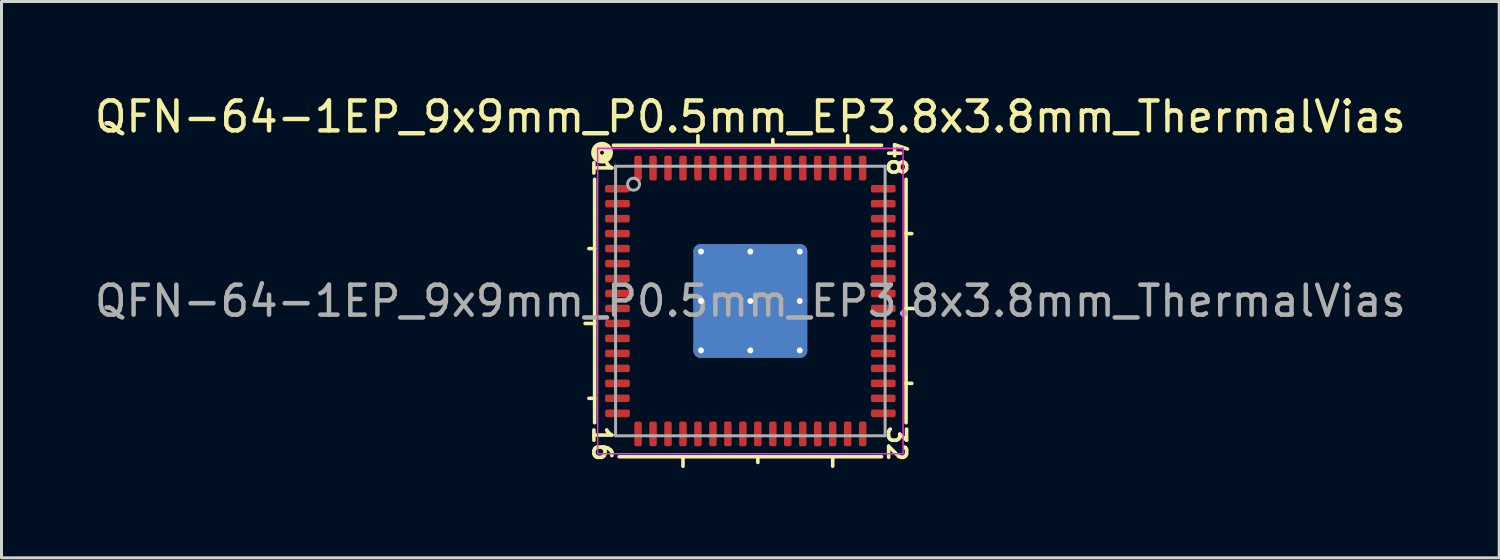
<source format=kicad_pcb>
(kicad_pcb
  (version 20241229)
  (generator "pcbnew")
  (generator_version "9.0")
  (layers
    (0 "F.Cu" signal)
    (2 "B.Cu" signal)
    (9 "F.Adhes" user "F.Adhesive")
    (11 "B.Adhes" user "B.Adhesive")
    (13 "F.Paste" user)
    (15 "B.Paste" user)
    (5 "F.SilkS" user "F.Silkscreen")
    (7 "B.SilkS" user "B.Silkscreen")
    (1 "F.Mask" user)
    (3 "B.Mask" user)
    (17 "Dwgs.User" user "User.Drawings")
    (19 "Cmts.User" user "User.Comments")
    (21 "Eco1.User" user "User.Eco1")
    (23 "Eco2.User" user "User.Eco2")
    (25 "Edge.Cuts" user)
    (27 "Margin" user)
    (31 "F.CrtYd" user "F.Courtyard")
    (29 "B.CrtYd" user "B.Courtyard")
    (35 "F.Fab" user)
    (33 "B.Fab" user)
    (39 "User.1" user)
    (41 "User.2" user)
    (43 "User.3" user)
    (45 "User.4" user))
  (footprint "QFN-64-1EP_9x9mm_P0.5mm_EP3.8x3.8mm_ThermalVias"
    (layer "F.Cu")
    (at 22.006 7.001)
    (property "Reference" "QFN-64-1EP_9x9mm_P0.5mm_EP3.8x3.8mm_ThermalVias" (at 0 -6.152 0) (layer "F.SilkS") (effects (font (size 1 1) (thickness 0.15))))
    (attr smd)
    (fp_line (start -5.2 -4.064) (end -5.2 4.064) (stroke (width 0.12) (type solid)) (layer "F.SilkS"))
    (fp_line (start -5.2 -1.75) (end -5.391 -1.75) (stroke (width 0.12) (type solid)) (layer "F.SilkS"))
    (fp_line (start -5.2 0.75) (end -5.518 0.75) (stroke (width 0.12) (type solid)) (layer "F.SilkS"))
    (fp_line (start -5.2 3.25) (end -5.391 3.25) (stroke (width 0.12) (type solid)) (layer "F.SilkS"))
    (fp_line (start -4.381 5.2) (end 4.381 5.2) (stroke (width 0.12) (type solid)) (layer "F.SilkS"))
    (fp_line (start -2.25 5.2) (end -2.25 5.518) (stroke (width 0.12) (type solid)) (layer "F.SilkS"))
    (fp_line (start -1.75 -5.2) (end -1.75 -5.518) (stroke (width 0.12) (type solid)) (layer "F.SilkS"))
    (fp_line (start 0.25 5.2) (end 0.25 5.391) (stroke (width 0.12) (type solid)) (layer "F.SilkS"))
    (fp_line (start 0.75 -5.2) (end 0.75 -5.391) (stroke (width 0.12) (type solid)) (layer "F.SilkS"))
    (fp_line (start 2.75 5.2) (end 2.75 5.518) (stroke (width 0.12) (type solid)) (layer "F.SilkS"))
    (fp_line (start 3.25 -5.2) (end 3.25 -5.518) (stroke (width 0.12) (type solid)) (layer "F.SilkS"))
    (fp_line (start 4.381 -5.2) (end -4.572 -5.2) (stroke (width 0.12) (type solid)) (layer "F.SilkS"))
    (fp_line (start 5.2 -2.25) (end 5.391 -2.25) (stroke (width 0.12) (type solid)) (layer "F.SilkS"))
    (fp_line (start 5.2 0.25) (end 5.518 0.25) (stroke (width 0.12) (type solid)) (layer "F.SilkS"))
    (fp_line (start 5.2 2.75) (end 5.391 2.75) (stroke (width 0.12) (type solid)) (layer "F.SilkS"))
    (fp_line (start 5.2 4.064) (end 5.2 -4.064) (stroke (width 0.12) (type solid)) (layer "F.SilkS"))
    (fp_circle (center -4.953 -4.953) (end -4.889 -4.953) (stroke (width 0.3) (type solid)) (fill no) (layer "F.SilkS"))
    (fp_line (start -5.1 -5.1) (end -5.1 5.1) (stroke (width 0.05) (type solid)) (layer "F.CrtYd"))
    (fp_line (start -5.1 5.1) (end 5.1 5.1) (stroke (width 0.05) (type solid)) (layer "F.CrtYd"))
    (fp_line (start 5.1 -5.1) (end -5.1 -5.1) (stroke (width 0.05) (type solid)) (layer "F.CrtYd"))
    (fp_line (start 5.1 5.1) (end 5.1 -5.1) (stroke (width 0.05) (type solid)) (layer "F.CrtYd"))
    (fp_line (start -4.5 -4.5) (end 4.5 -4.5) (stroke (width 0.1) (type solid)) (layer "F.Fab"))
    (fp_line (start -4.5 4.5) (end -4.5 -4.5) (stroke (width 0.1) (type solid)) (layer "F.Fab"))
    (fp_line (start 4.5 -4.5) (end 4.5 4.5) (stroke (width 0.1) (type solid)) (layer "F.Fab"))
    (fp_line (start 4.5 4.5) (end -4.5 4.5) (stroke (width 0.1) (type solid)) (layer "F.Fab"))
    (fp_circle (center -3.9 -3.9) (end -3.7 -3.9) (stroke (width 0.1) (type solid)) (fill no) (layer "F.Fab"))
    (fp_text user "48" (at 4.889 -4.763 270) (unlocked yes) (layer "F.SilkS") (effects (font (size 0.6 0.6) (thickness 0.12))))
    (fp_text user "32" (at 4.889 4.763 270) (unlocked yes) (layer "F.SilkS") (effects (font (size 0.6 0.6) (thickness 0.12))))
    (fp_text user "1" (at -4.953 -4.445 270) (unlocked yes) (layer "F.SilkS") (effects (font (size 0.6 0.6) (thickness 0.12))))
    (fp_text user "16" (at -4.953 4.763 270) (unlocked yes) (layer "F.SilkS") (effects (font (size 0.6 0.6) (thickness 0.12))))
    (fp_text user "${REFERENCE}" (at 0 0 0) (layer "F.Fab") (effects (font (size 1 1) (thickness 0.15))))
    (pad "" smd custom (at -0.825 -0.825) (size 1.415 1.415) (layers "F.Paste") (options (anchor circle)) (primitives (gr_poly (pts (xy 0.649 -0.553) (xy 0.649 0.553) (xy 0.553 0.649) (xy -0.553 0.649) (xy -0.649 0.553) (xy -0.649 -0.553) (xy -0.553 -0.649) (xy 0.553 -0.649)) (width 0.233) (fill yes))))
    (pad "" smd custom (at -0.825 0.825) (size 1.415 1.415) (layers "F.Paste") (options (anchor circle)) (primitives (gr_poly (pts (xy 0.649 -0.553) (xy 0.649 0.553) (xy 0.553 0.649) (xy -0.553 0.649) (xy -0.649 0.553) (xy -0.649 -0.553) (xy -0.553 -0.649) (xy 0.553 -0.649)) (width 0.233) (fill yes))))
    (pad "" smd custom (at 0.825 -0.825) (size 1.415 1.415) (layers "F.Paste") (options (anchor circle)) (primitives (gr_poly (pts (xy 0.649 -0.553) (xy 0.649 0.553) (xy 0.553 0.649) (xy -0.553 0.649) (xy -0.649 0.553) (xy -0.649 -0.553) (xy -0.553 -0.649) (xy 0.553 -0.649)) (width 0.233) (fill yes))))
    (pad "" smd custom (at 0.825 0.825) (size 1.415 1.415) (layers "F.Paste") (options (anchor circle)) (primitives (gr_poly (pts (xy 0.649 -0.553) (xy 0.649 0.553) (xy 0.553 0.649) (xy -0.553 0.649) (xy -0.649 0.553) (xy -0.649 -0.553) (xy -0.553 -0.649) (xy 0.553 -0.649)) (width 0.233) (fill yes))))
    (pad "1" smd roundrect (at -4.438 -3.75) (size 0.825 0.25) (layers "F.Cu" "F.Mask" "F.Paste") (roundrect_rratio 0.25))
    (pad "2" smd roundrect (at -4.438 -3.25) (size 0.825 0.25) (layers "F.Cu" "F.Mask" "F.Paste") (roundrect_rratio 0.25))
    (pad "3" smd roundrect (at -4.438 -2.75) (size 0.825 0.25) (layers "F.Cu" "F.Mask" "F.Paste") (roundrect_rratio 0.25))
    (pad "4" smd roundrect (at -4.438 -2.25) (size 0.825 0.25) (layers "F.Cu" "F.Mask" "F.Paste") (roundrect_rratio 0.25))
    (pad "5" smd roundrect (at -4.438 -1.75) (size 0.825 0.25) (layers "F.Cu" "F.Mask" "F.Paste") (roundrect_rratio 0.25))
    (pad "6" smd roundrect (at -4.438 -1.25) (size 0.825 0.25) (layers "F.Cu" "F.Mask" "F.Paste") (roundrect_rratio 0.25))
    (pad "7" smd roundrect (at -4.438 -0.75) (size 0.825 0.25) (layers "F.Cu" "F.Mask" "F.Paste") (roundrect_rratio 0.25))
    (pad "8" smd roundrect (at -4.438 -0.25) (size 0.825 0.25) (layers "F.Cu" "F.Mask" "F.Paste") (roundrect_rratio 0.25))
    (pad "9" smd roundrect (at -4.438 0.25) (size 0.825 0.25) (layers "F.Cu" "F.Mask" "F.Paste") (roundrect_rratio 0.25))
    (pad "10" smd roundrect (at -4.438 0.75) (size 0.825 0.25) (layers "F.Cu" "F.Mask" "F.Paste") (roundrect_rratio 0.25))
    (pad "11" smd roundrect (at -4.438 1.25) (size 0.825 0.25) (layers "F.Cu" "F.Mask" "F.Paste") (roundrect_rratio 0.25))
    (pad "12" smd roundrect (at -4.438 1.75) (size 0.825 0.25) (layers "F.Cu" "F.Mask" "F.Paste") (roundrect_rratio 0.25))
    (pad "13" smd roundrect (at -4.438 2.25) (size 0.825 0.25) (layers "F.Cu" "F.Mask" "F.Paste") (roundrect_rratio 0.25))
    (pad "14" smd roundrect (at -4.438 2.75) (size 0.825 0.25) (layers "F.Cu" "F.Mask" "F.Paste") (roundrect_rratio 0.25))
    (pad "15" smd roundrect (at -4.438 3.25) (size 0.825 0.25) (layers "F.Cu" "F.Mask" "F.Paste") (roundrect_rratio 0.25))
    (pad "16" smd roundrect (at -4.438 3.75) (size 0.825 0.25) (layers "F.Cu" "F.Mask" "F.Paste") (roundrect_rratio 0.25))
    (pad "17" smd roundrect (at -3.75 4.438) (size 0.25 0.825) (layers "F.Cu" "F.Mask" "F.Paste") (roundrect_rratio 0.25))
    (pad "18" smd roundrect (at -3.25 4.438) (size 0.25 0.825) (layers "F.Cu" "F.Mask" "F.Paste") (roundrect_rratio 0.25))
    (pad "19" smd roundrect (at -2.75 4.438) (size 0.25 0.825) (layers "F.Cu" "F.Mask" "F.Paste") (roundrect_rratio 0.25))
    (pad "20" smd roundrect (at -2.25 4.438) (size 0.25 0.825) (layers "F.Cu" "F.Mask" "F.Paste") (roundrect_rratio 0.25))
    (pad "21" smd roundrect (at -1.75 4.438) (size 0.25 0.825) (layers "F.Cu" "F.Mask" "F.Paste") (roundrect_rratio 0.25))
    (pad "22" smd roundrect (at -1.25 4.438) (size 0.25 0.825) (layers "F.Cu" "F.Mask" "F.Paste") (roundrect_rratio 0.25))
    (pad "23" smd roundrect (at -0.75 4.438) (size 0.25 0.825) (layers "F.Cu" "F.Mask" "F.Paste") (roundrect_rratio 0.25))
    (pad "24" smd roundrect (at -0.25 4.438) (size 0.25 0.825) (layers "F.Cu" "F.Mask" "F.Paste") (roundrect_rratio 0.25))
    (pad "25" smd roundrect (at 0.25 4.438) (size 0.25 0.825) (layers "F.Cu" "F.Mask" "F.Paste") (roundrect_rratio 0.25))
    (pad "26" smd roundrect (at 0.75 4.438) (size 0.25 0.825) (layers "F.Cu" "F.Mask" "F.Paste") (roundrect_rratio 0.25))
    (pad "27" smd roundrect (at 1.25 4.438) (size 0.25 0.825) (layers "F.Cu" "F.Mask" "F.Paste") (roundrect_rratio 0.25))
    (pad "28" smd roundrect (at 1.75 4.438) (size 0.25 0.825) (layers "F.Cu" "F.Mask" "F.Paste") (roundrect_rratio 0.25))
    (pad "29" smd roundrect (at 2.25 4.438) (size 0.25 0.825) (layers "F.Cu" "F.Mask" "F.Paste") (roundrect_rratio 0.25))
    (pad "30" smd roundrect (at 2.75 4.438) (size 0.25 0.825) (layers "F.Cu" "F.Mask" "F.Paste") (roundrect_rratio 0.25))
    (pad "31" smd roundrect (at 3.25 4.438) (size 0.25 0.825) (layers "F.Cu" "F.Mask" "F.Paste") (roundrect_rratio 0.25))
    (pad "32" smd roundrect (at 3.75 4.438) (size 0.25 0.825) (layers "F.Cu" "F.Mask" "F.Paste") (roundrect_rratio 0.25))
    (pad "33" smd roundrect (at 4.438 3.75) (size 0.825 0.25) (layers "F.Cu" "F.Mask" "F.Paste") (roundrect_rratio 0.25))
    (pad "34" smd roundrect (at 4.438 3.25) (size 0.825 0.25) (layers "F.Cu" "F.Mask" "F.Paste") (roundrect_rratio 0.25))
    (pad "35" smd roundrect (at 4.438 2.75) (size 0.825 0.25) (layers "F.Cu" "F.Mask" "F.Paste") (roundrect_rratio 0.25))
    (pad "36" smd roundrect (at 4.438 2.25) (size 0.825 0.25) (layers "F.Cu" "F.Mask" "F.Paste") (roundrect_rratio 0.25))
    (pad "37" smd roundrect (at 4.438 1.75) (size 0.825 0.25) (layers "F.Cu" "F.Mask" "F.Paste") (roundrect_rratio 0.25))
    (pad "38" smd roundrect (at 4.438 1.25) (size 0.825 0.25) (layers "F.Cu" "F.Mask" "F.Paste") (roundrect_rratio 0.25))
    (pad "39" smd roundrect (at 4.438 0.75) (size 0.825 0.25) (layers "F.Cu" "F.Mask" "F.Paste") (roundrect_rratio 0.25))
    (pad "40" smd roundrect (at 4.438 0.25) (size 0.825 0.25) (layers "F.Cu" "F.Mask" "F.Paste") (roundrect_rratio 0.25))
    (pad "41" smd roundrect (at 4.438 -0.25) (size 0.825 0.25) (layers "F.Cu" "F.Mask" "F.Paste") (roundrect_rratio 0.25))
    (pad "42" smd roundrect (at 4.438 -0.75) (size 0.825 0.25) (layers "F.Cu" "F.Mask" "F.Paste") (roundrect_rratio 0.25))
    (pad "43" smd roundrect (at 4.438 -1.25) (size 0.825 0.25) (layers "F.Cu" "F.Mask" "F.Paste") (roundrect_rratio 0.25))
    (pad "44" smd roundrect (at 4.438 -1.75) (size 0.825 0.25) (layers "F.Cu" "F.Mask" "F.Paste") (roundrect_rratio 0.25))
    (pad "45" smd roundrect (at 4.438 -2.25) (size 0.825 0.25) (layers "F.Cu" "F.Mask" "F.Paste") (roundrect_rratio 0.25))
    (pad "46" smd roundrect (at 4.438 -2.75) (size 0.825 0.25) (layers "F.Cu" "F.Mask" "F.Paste") (roundrect_rratio 0.25))
    (pad "47" smd roundrect (at 4.438 -3.25) (size 0.825 0.25) (layers "F.Cu" "F.Mask" "F.Paste") (roundrect_rratio 0.25))
    (pad "48" smd roundrect (at 4.438 -3.75) (size 0.825 0.25) (layers "F.Cu" "F.Mask" "F.Paste") (roundrect_rratio 0.25))
    (pad "49" smd roundrect (at 3.75 -4.438) (size 0.25 0.825) (layers "F.Cu" "F.Mask" "F.Paste") (roundrect_rratio 0.25))
    (pad "50" smd roundrect (at 3.25 -4.438) (size 0.25 0.825) (layers "F.Cu" "F.Mask" "F.Paste") (roundrect_rratio 0.25))
    (pad "51" smd roundrect (at 2.75 -4.438) (size 0.25 0.825) (layers "F.Cu" "F.Mask" "F.Paste") (roundrect_rratio 0.25))
    (pad "52" smd roundrect (at 2.25 -4.438) (size 0.25 0.825) (layers "F.Cu" "F.Mask" "F.Paste") (roundrect_rratio 0.25))
    (pad "53" smd roundrect (at 1.75 -4.438) (size 0.25 0.825) (layers "F.Cu" "F.Mask" "F.Paste") (roundrect_rratio 0.25))
    (pad "54" smd roundrect (at 1.25 -4.438) (size 0.25 0.825) (layers "F.Cu" "F.Mask" "F.Paste") (roundrect_rratio 0.25))
    (pad "55" smd roundrect (at 0.75 -4.438) (size 0.25 0.825) (layers "F.Cu" "F.Mask" "F.Paste") (roundrect_rratio 0.25))
    (pad "56" smd roundrect (at 0.25 -4.438) (size 0.25 0.825) (layers "F.Cu" "F.Mask" "F.Paste") (roundrect_rratio 0.25))
    (pad "57" smd roundrect (at -0.25 -4.438) (size 0.25 0.825) (layers "F.Cu" "F.Mask" "F.Paste") (roundrect_rratio 0.25))
    (pad "58" smd roundrect (at -0.75 -4.438) (size 0.25 0.825) (layers "F.Cu" "F.Mask" "F.Paste") (roundrect_rratio 0.25))
    (pad "59" smd roundrect (at -1.25 -4.438) (size 0.25 0.825) (layers "F.Cu" "F.Mask" "F.Paste") (roundrect_rratio 0.25))
    (pad "60" smd roundrect (at -1.75 -4.438) (size 0.25 0.825) (layers "F.Cu" "F.Mask" "F.Paste") (roundrect_rratio 0.25))
    (pad "61" smd roundrect (at -2.25 -4.438) (size 0.25 0.825) (layers "F.Cu" "F.Mask" "F.Paste") (roundrect_rratio 0.25))
    (pad "62" smd roundrect (at -2.75 -4.438) (size 0.25 0.825) (layers "F.Cu" "F.Mask" "F.Paste") (roundrect_rratio 0.25))
    (pad "63" smd roundrect (at -3.25 -4.438) (size 0.25 0.825) (layers "F.Cu" "F.Mask" "F.Paste") (roundrect_rratio 0.25))
    (pad "64" smd roundrect (at -3.75 -4.438) (size 0.25 0.825) (layers "F.Cu" "F.Mask" "F.Paste") (roundrect_rratio 0.25))
    (pad "65" thru_hole circle (at -1.65 -1.65) (size 0.5 0.5) (drill 0.2) (property pad_prop_heatsink) (layers "*.Cu"))
    (pad "65" thru_hole circle (at -1.65 0) (size 0.5 0.5) (drill 0.2) (property pad_prop_heatsink) (layers "*.Cu"))
    (pad "65" thru_hole circle (at -1.65 1.65) (size 0.5 0.5) (drill 0.2) (property pad_prop_heatsink) (layers "*.Cu"))
    (pad "65" thru_hole circle (at 0 -1.65) (size 0.5 0.5) (drill 0.2) (property pad_prop_heatsink) (layers "*.Cu"))
    (pad "65" thru_hole circle (at 0 0) (size 0.5 0.5) (drill 0.2) (property pad_prop_heatsink) (layers "*.Cu"))
    (pad "65" smd roundrect (at 0 0) (size 3.8 3.8) (layers "F.Cu" "F.Mask") (roundrect_rratio 0.066))
    (pad "65" smd roundrect (at 0 0) (size 3.8 3.8) (layers "B.Cu" "B.Mask") (roundrect_rratio 0.066))
    (pad "65" thru_hole circle (at 0 1.65) (size 0.5 0.5) (drill 0.2) (property pad_prop_heatsink) (layers "*.Cu"))
    (pad "65" thru_hole circle (at 1.65 -1.65) (size 0.5 0.5) (drill 0.2) (property pad_prop_heatsink) (layers "*.Cu"))
    (pad "65" thru_hole circle (at 1.65 0) (size 0.5 0.5) (drill 0.2) (property pad_prop_heatsink) (layers "*.Cu"))
    (pad "65" thru_hole circle (at 1.65 1.65) (size 0.5 0.5) (drill 0.2) (property pad_prop_heatsink) (layers "*.Cu")))
  (gr_rect
    (start -3 -3)
    (end 47.012 15.578)
    (stroke (width 0.1) (type default))
    (fill no)
    (layer "Edge.Cuts")))
</source>
